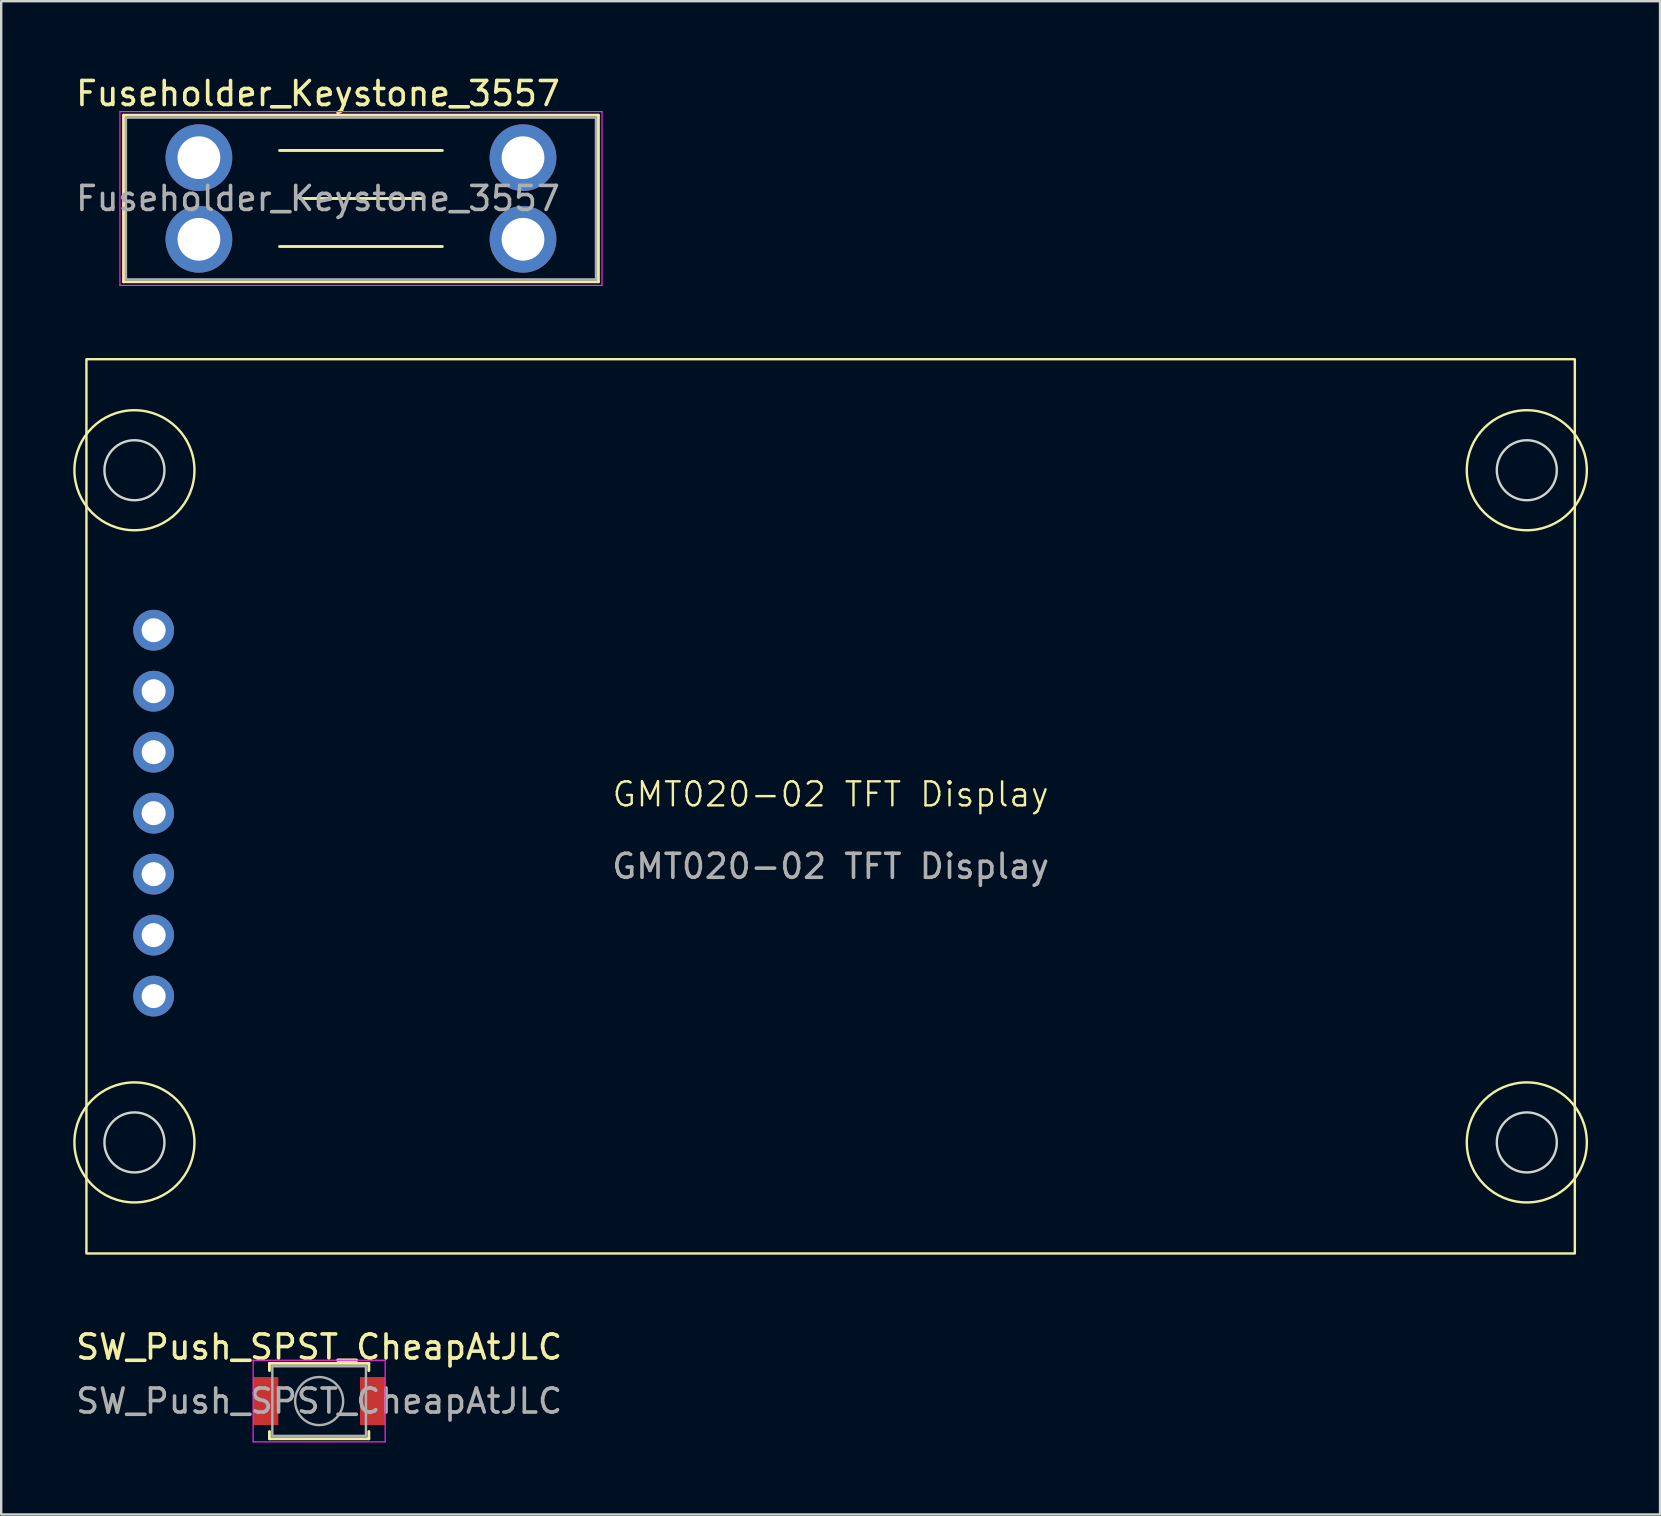
<source format=kicad_pcb>
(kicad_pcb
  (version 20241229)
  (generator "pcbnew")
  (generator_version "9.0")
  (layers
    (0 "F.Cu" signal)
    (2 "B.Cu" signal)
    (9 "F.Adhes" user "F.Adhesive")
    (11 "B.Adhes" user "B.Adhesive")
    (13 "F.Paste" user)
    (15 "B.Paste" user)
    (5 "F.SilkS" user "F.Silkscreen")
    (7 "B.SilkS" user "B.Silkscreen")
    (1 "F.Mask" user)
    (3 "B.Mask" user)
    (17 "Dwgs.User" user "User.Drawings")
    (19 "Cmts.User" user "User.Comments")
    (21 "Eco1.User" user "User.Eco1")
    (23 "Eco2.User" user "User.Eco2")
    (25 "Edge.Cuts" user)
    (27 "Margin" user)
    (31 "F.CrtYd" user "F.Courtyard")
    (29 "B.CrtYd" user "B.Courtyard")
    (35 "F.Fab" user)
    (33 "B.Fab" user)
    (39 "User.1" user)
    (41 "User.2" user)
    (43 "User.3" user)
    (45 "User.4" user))
  (footprint "GMT020-02 TFT Display"
    (layer "F.Cu")
    (at 31.55 30.538)
    (property "Reference" "GMT020-02 TFT Display" (at 0 -0.5 0) (unlocked yes) (layer "F.SilkS") (effects (font (size 1 1) (thickness 0.1))))
    (attr smd)
    (fp_rect (start -31 -18.625) (end 31 18.625) (stroke (width 0.1) (type default)) (fill no) (layer "F.SilkS"))
    (fp_circle (center -29 -14) (end -26.5 -14) (stroke (width 0.1) (type default)) (fill no) (layer "F.SilkS"))
    (fp_circle (center -29 14) (end -26.5 14) (stroke (width 0.1) (type default)) (fill no) (layer "F.SilkS"))
    (fp_circle (center 29 -14) (end 31.5 -14) (stroke (width 0.1) (type default)) (fill no) (layer "F.SilkS"))
    (fp_circle (center 29 14) (end 31.5 14) (stroke (width 0.1) (type default)) (fill no) (layer "F.SilkS"))
    (fp_circle (center -29 -14) (end -27.75 -14) (stroke (width 0.1) (type default)) (fill no) (layer "Edge.Cuts"))
    (fp_circle (center -29 14) (end -27.75 14) (stroke (width 0.1) (type default)) (fill no) (layer "Edge.Cuts"))
    (fp_circle (center 29 -14) (end 30.25 -14) (stroke (width 0.1) (type default)) (fill no) (layer "Edge.Cuts"))
    (fp_circle (center 29 14) (end 30.25 14) (stroke (width 0.1) (type default)) (fill no) (layer "Edge.Cuts"))
    (fp_text user "${REFERENCE}" (at 0 2.5 0) (unlocked yes) (layer "F.Fab") (effects (font (size 1 1) (thickness 0.15))))
    (pad "1" thru_hole circle (at -28.2 7.905) (size 1.7 1.7) (drill 1) (layers "*.Cu" "*.Mask"))
    (pad "2" thru_hole circle (at -28.2 5.365) (size 1.7 1.7) (drill 1) (layers "*.Cu" "*.Mask"))
    (pad "3" thru_hole circle (at -28.2 2.825) (size 1.7 1.7) (drill 1) (layers "*.Cu" "*.Mask"))
    (pad "4" thru_hole circle (at -28.2 0.285) (size 1.7 1.7) (drill 1) (layers "*.Cu" "*.Mask"))
    (pad "5" thru_hole circle (at -28.2 -2.255) (size 1.7 1.7) (drill 1) (layers "*.Cu" "*.Mask"))
    (pad "6" thru_hole circle (at -28.2 -4.795) (size 1.7 1.7) (drill 1) (layers "*.Cu" "*.Mask"))
    (pad "7" thru_hole circle (at -28.2 -7.335) (size 1.7 1.7) (drill 1) (layers "*.Cu" "*.Mask")))
  (footprint "SW_Push_SPST_CheapAtJLC"
    (layer "F.Cu")
    (at 10.244 55.312)
    (property "Reference" "SW_Push_SPST_CheapAtJLC" (at 0 -2.25 0) (layer "F.SilkS") (effects (font (size 1 1) (thickness 0.15))))
    (attr smd)
    (fp_line (start -2.07 -1.57) (end 2.07 -1.57) (stroke (width 0.12) (type solid)) (layer "F.SilkS"))
    (fp_line (start -2.07 -1.27) (end -2.07 -1.57) (stroke (width 0.12) (type solid)) (layer "F.SilkS"))
    (fp_line (start -2.07 1.57) (end -2.07 1.27) (stroke (width 0.12) (type solid)) (layer "F.SilkS"))
    (fp_line (start 2.07 -1.57) (end 2.07 -1.27) (stroke (width 0.12) (type solid)) (layer "F.SilkS"))
    (fp_line (start 2.07 1.27) (end 2.07 1.57) (stroke (width 0.12) (type solid)) (layer "F.SilkS"))
    (fp_line (start 2.07 1.57) (end -2.07 1.57) (stroke (width 0.12) (type solid)) (layer "F.SilkS"))
    (fp_line (start -2.75 -1.7) (end 2.75 -1.7) (stroke (width 0.05) (type solid)) (layer "F.CrtYd"))
    (fp_line (start -2.75 1.7) (end -2.75 -1.7) (stroke (width 0.05) (type solid)) (layer "F.CrtYd"))
    (fp_line (start 2.75 -1.7) (end 2.75 1.7) (stroke (width 0.05) (type solid)) (layer "F.CrtYd"))
    (fp_line (start 2.75 1.7) (end -2.75 1.7) (stroke (width 0.05) (type solid)) (layer "F.CrtYd"))
    (fp_line (start -1.95 -1.45) (end 1.95 -1.45) (stroke (width 0.1) (type solid)) (layer "F.Fab"))
    (fp_line (start -1.95 1.45) (end -1.95 -1.45) (stroke (width 0.1) (type solid)) (layer "F.Fab"))
    (fp_line (start 1.95 -1.45) (end 1.95 1.45) (stroke (width 0.1) (type solid)) (layer "F.Fab"))
    (fp_line (start 1.95 1.45) (end -1.95 1.45) (stroke (width 0.1) (type solid)) (layer "F.Fab"))
    (fp_circle (center 0 0) (end 1 0) (stroke (width 0.1) (type solid)) (fill no) (layer "F.Fab"))
    (fp_text user "${REFERENCE}" (at 0 0 0) (layer "F.Fab") (effects (font (size 1 1) (thickness 0.15))))
    (pad "1" smd rect (at -2.225 0) (size 1.05 2) (layers "F.Cu" "F.Mask" "F.Paste"))
    (pad "2" smd rect (at 2.225 0) (size 1.05 2) (layers "F.Cu" "F.Mask" "F.Paste")))
  (footprint "Fuseholder_Keystone_3557"
    (layer "F.Cu")
    (at 5.236 3.518)
    (property "Reference" "Fuseholder_Keystone_3557" (at 4.96 -2.67 0) (layer "F.SilkS") (effects (font (size 1 1) (thickness 0.15))))
    (attr through_hole)
    (fp_line (start -3.14 -1.77) (end -3.14 5.17) (stroke (width 0.12) (type solid)) (layer "F.SilkS"))
    (fp_line (start -3.14 5.17) (end 16.64 5.17) (stroke (width 0.12) (type solid)) (layer "F.SilkS"))
    (fp_line (start 3.36 -0.3) (end 10.14 -0.3) (stroke (width 0.12) (type solid)) (layer "F.SilkS"))
    (fp_line (start 4.21 1.7) (end 9.29 1.7) (stroke (width 0.12) (type solid)) (layer "F.SilkS"))
    (fp_line (start 10.14 3.7) (end 3.36 3.7) (stroke (width 0.12) (type solid)) (layer "F.SilkS"))
    (fp_line (start 16.64 -1.77) (end -3.14 -1.77) (stroke (width 0.12) (type solid)) (layer "F.SilkS"))
    (fp_line (start 16.64 5.17) (end 16.64 -1.77) (stroke (width 0.12) (type solid)) (layer "F.SilkS"))
    (fp_line (start -3.29 -1.92) (end -3.29 5.32) (stroke (width 0.05) (type solid)) (layer "F.CrtYd"))
    (fp_line (start -3.29 5.32) (end 16.79 5.32) (stroke (width 0.05) (type solid)) (layer "F.CrtYd"))
    (fp_line (start 16.79 -1.92) (end -3.29 -1.92) (stroke (width 0.05) (type solid)) (layer "F.CrtYd"))
    (fp_line (start 16.79 5.32) (end 16.79 -1.92) (stroke (width 0.05) (type solid)) (layer "F.CrtYd"))
    (fp_line (start -3.04 -1.67) (end -3.04 5.07) (stroke (width 0.1) (type solid)) (layer "F.Fab"))
    (fp_line (start -3.04 5.07) (end 16.54 5.07) (stroke (width 0.1) (type solid)) (layer "F.Fab"))
    (fp_line (start 16.54 -1.67) (end -3.04 -1.67) (stroke (width 0.1) (type solid)) (layer "F.Fab"))
    (fp_line (start 16.54 5.07) (end 16.54 -1.67) (stroke (width 0.1) (type solid)) (layer "F.Fab"))
    (fp_text user "${REFERENCE}" (at 4.96 1.7 0) (layer "F.Fab") (effects (font (size 1 1) (thickness 0.15))))
    (pad "1" thru_hole circle (at 0 0) (size 2.78 2.78) (drill 1.78) (layers "*.Cu" "*.Mask"))
    (pad "1" thru_hole circle (at 0 3.4) (size 2.78 2.78) (drill 1.78) (layers "*.Cu" "*.Mask"))
    (pad "2" thru_hole circle (at 13.5 0) (size 2.78 2.78) (drill 1.78) (layers "*.Cu" "*.Mask"))
    (pad "2" thru_hole circle (at 13.5 3.4) (size 2.78 2.78) (drill 1.78) (layers "*.Cu" "*.Mask")))
  (gr_rect
    (start -3 -3)
    (end 66.1 60.036)
    (stroke (width 0.1) (type default))
    (fill no)
    (layer "Edge.Cuts")))
</source>
